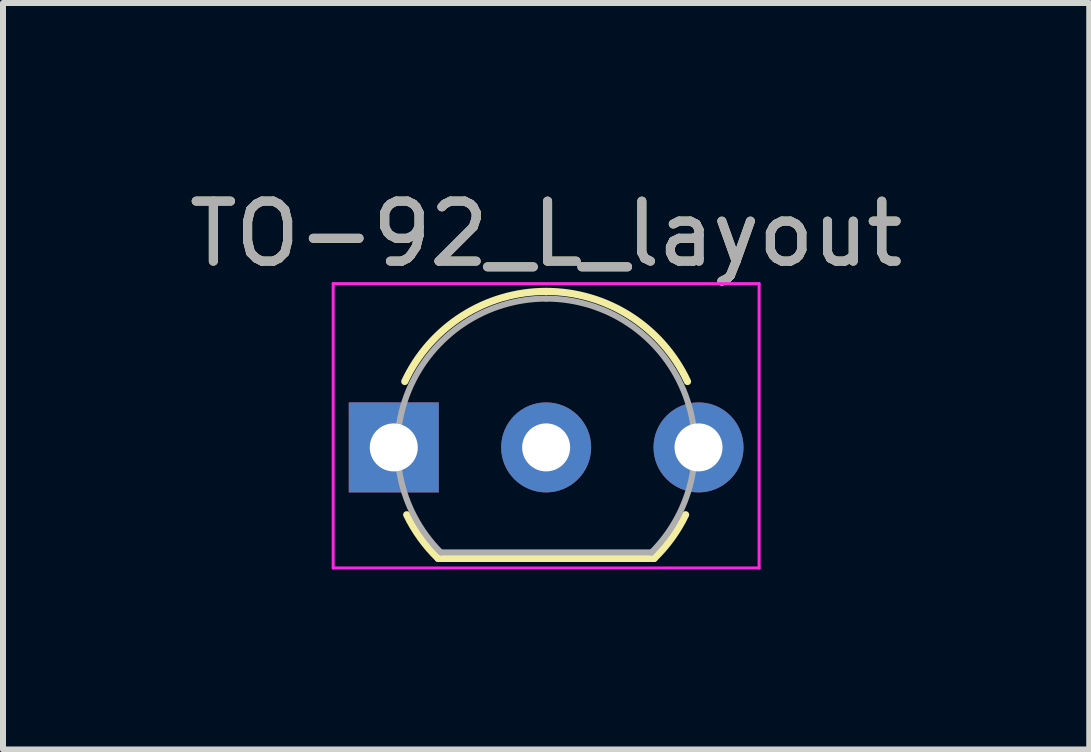
<source format=kicad_pcb>
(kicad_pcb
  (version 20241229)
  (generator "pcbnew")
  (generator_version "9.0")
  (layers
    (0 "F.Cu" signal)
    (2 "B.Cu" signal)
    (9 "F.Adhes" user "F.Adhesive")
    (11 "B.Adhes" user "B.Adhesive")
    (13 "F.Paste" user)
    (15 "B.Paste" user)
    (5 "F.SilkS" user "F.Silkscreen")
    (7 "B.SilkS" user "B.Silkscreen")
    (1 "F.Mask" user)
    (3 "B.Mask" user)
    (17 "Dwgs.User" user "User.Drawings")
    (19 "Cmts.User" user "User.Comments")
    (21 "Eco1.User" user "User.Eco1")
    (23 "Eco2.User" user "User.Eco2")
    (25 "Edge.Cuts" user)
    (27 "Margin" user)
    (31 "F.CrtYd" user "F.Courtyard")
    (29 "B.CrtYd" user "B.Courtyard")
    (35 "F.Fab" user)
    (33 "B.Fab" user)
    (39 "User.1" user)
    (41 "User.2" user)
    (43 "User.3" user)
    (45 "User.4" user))
  (footprint "TO-92_L_layout"
    (layer "F.Cu")
    (at 3.514 4.408)
    (property "Reference" "TO-92_L_layout" (at 2.54 -3.56 0) (layer "F.SilkS") (effects (font (size 1 1) (thickness 0.15))))
    (attr through_hole)
    (fp_line (start 0.74 1.85) (end 4.34 1.85) (stroke (width 0.12) (type solid)) (layer "F.SilkS"))
    (fp_arc (start 0.1836 -1.098807) (mid 1.143021 -2.192817) (end 2.54 -2.6) (stroke (width 0.12) (type solid)) (layer "F.SilkS"))
    (fp_arc (start 0.74 1.85) (mid 0.446097 1.509328) (end 0.215816 1.122795) (stroke (width 0.12) (type solid)) (layer "F.SilkS"))
    (fp_arc (start 2.54 -2.6) (mid 3.936979 -2.192818) (end 4.8964 -1.098807) (stroke (width 0.12) (type solid)) (layer "F.SilkS"))
    (fp_arc (start 4.864184 1.122795) (mid 4.633903 1.509328) (end 4.34 1.85) (stroke (width 0.12) (type solid)) (layer "F.SilkS"))
    (fp_line (start -1.01 -2.73) (end -1.01 2.01) (stroke (width 0.05) (type solid)) (layer "F.CrtYd"))
    (fp_line (start -1.01 -2.73) (end 6.09 -2.73) (stroke (width 0.05) (type solid)) (layer "F.CrtYd"))
    (fp_line (start 6.09 2.01) (end -1.01 2.01) (stroke (width 0.05) (type solid)) (layer "F.CrtYd"))
    (fp_line (start 6.09 2.01) (end 6.09 -2.73) (stroke (width 0.05) (type solid)) (layer "F.CrtYd"))
    (fp_line (start 0.8 1.75) (end 4.3 1.75) (stroke (width 0.1) (type solid)) (layer "F.Fab"))
    (fp_arc (start 0.786375 1.753625) (mid 0.248779 -0.949055) (end 2.54 -2.48) (stroke (width 0.1) (type solid)) (layer "F.Fab"))
    (fp_arc (start 2.54 -2.48) (mid 4.831221 -0.949055) (end 4.293625 1.753625) (stroke (width 0.1) (type solid)) (layer "F.Fab"))
    (fp_text user "${REFERENCE}" (at 2.54 -3.56 0) (layer "F.Fab") (effects (font (size 1 1) (thickness 0.15))))
    (pad "1" thru_hole rect (at 0 0 90) (size 1.5 1.5) (drill 0.8) (layers "*.Cu" "*.Mask"))
    (pad "2" thru_hole circle (at 2.54 0 90) (size 1.5 1.5) (drill 0.8) (layers "*.Cu" "*.Mask"))
    (pad "3" thru_hole circle (at 5.08 0 90) (size 1.5 1.5) (drill 0.8) (layers "*.Cu" "*.Mask")))
  (gr_rect
    (start -3 -3)
    (end 15.107 9.443)
    (stroke (width 0.1) (type default))
    (fill no)
    (layer "Edge.Cuts")))
</source>
